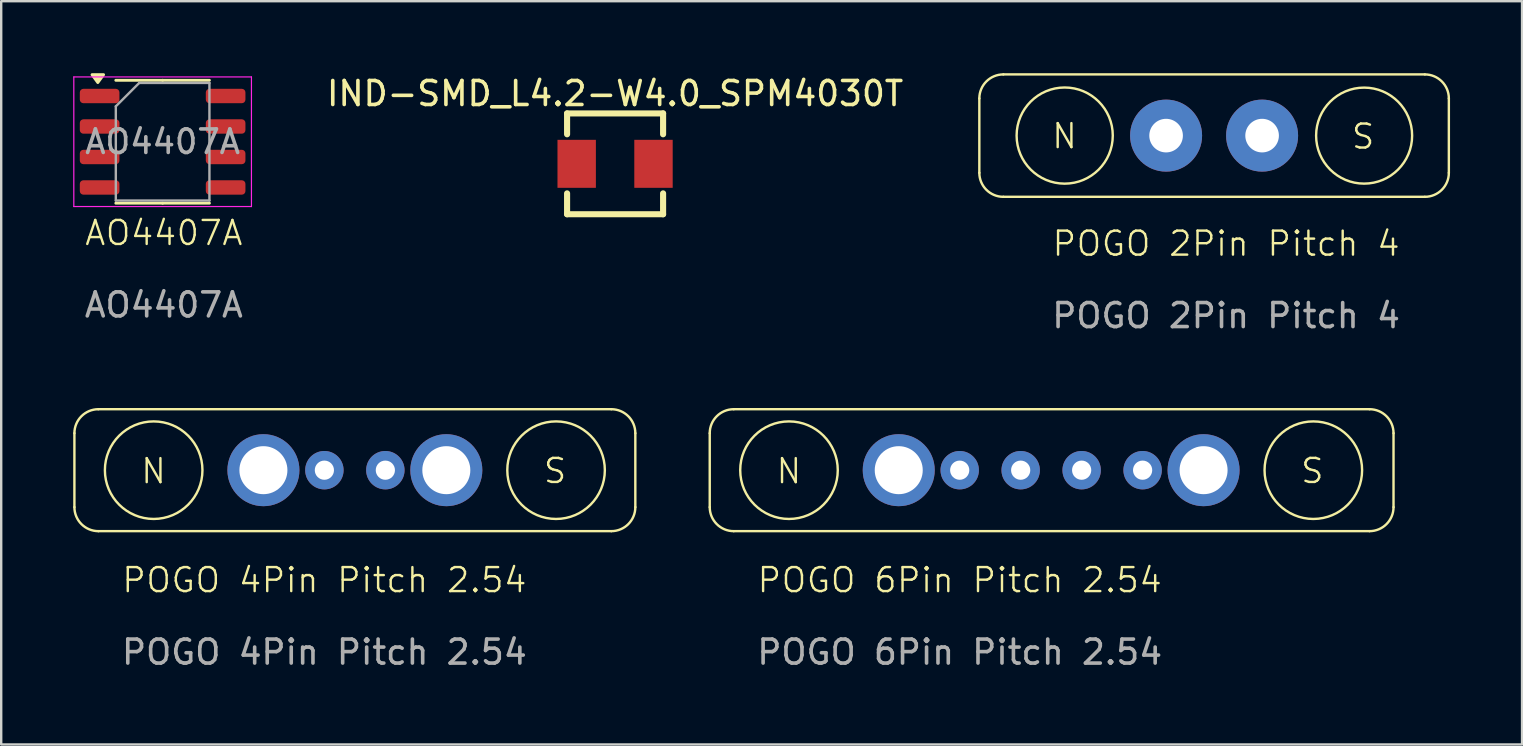
<source format=kicad_pcb>
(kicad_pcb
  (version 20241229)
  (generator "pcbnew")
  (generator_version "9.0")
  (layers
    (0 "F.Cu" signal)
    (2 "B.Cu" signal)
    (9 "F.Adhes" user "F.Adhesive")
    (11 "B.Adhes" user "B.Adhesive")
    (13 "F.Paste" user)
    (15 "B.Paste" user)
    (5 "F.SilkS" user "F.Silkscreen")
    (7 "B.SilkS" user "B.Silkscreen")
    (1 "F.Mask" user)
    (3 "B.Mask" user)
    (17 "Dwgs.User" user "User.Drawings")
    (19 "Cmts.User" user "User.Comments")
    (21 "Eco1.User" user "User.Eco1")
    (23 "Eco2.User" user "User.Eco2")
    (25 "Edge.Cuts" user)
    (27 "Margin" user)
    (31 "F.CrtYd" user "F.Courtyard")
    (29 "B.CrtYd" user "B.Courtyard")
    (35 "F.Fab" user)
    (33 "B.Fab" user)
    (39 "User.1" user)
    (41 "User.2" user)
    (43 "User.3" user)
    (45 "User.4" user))
  (footprint "POGO 2Pin Pitch 4"
    (layer "F.Cu")
    (at 48.03 7.6)
    (property "Reference" "POGO 2Pin Pitch 4" (at 0 -0.5 0) (unlocked yes) (layer "F.SilkS") (effects (font (size 1 1) (thickness 0.1))))
    (fp_line (start -10.28 -3.45) (end -10.28 -6.55) (stroke (width 0.1) (type default)) (layer "F.SilkS"))
    (fp_line (start -9.28 -7.55) (end 8.28 -7.55) (stroke (width 0.1) (type default)) (layer "F.SilkS"))
    (fp_line (start 8.28 -2.45) (end -9.28 -2.45) (stroke (width 0.1) (type default)) (layer "F.SilkS"))
    (fp_line (start 9.28 -6.55) (end 9.28 -3.45) (stroke (width 0.1) (type default)) (layer "F.SilkS"))
    (fp_arc (start -10.28 -6.55) (mid -9.987107 -7.257107) (end -9.28 -7.55) (stroke (width 0.1) (type default)) (layer "F.SilkS"))
    (fp_arc (start -9.28 -2.45) (mid -9.987107 -2.742893) (end -10.28 -3.45) (stroke (width 0.1) (type default)) (layer "F.SilkS"))
    (fp_arc (start 8.28 -7.55) (mid 8.987107 -7.257107) (end 9.28 -6.55) (stroke (width 0.1) (type default)) (layer "F.SilkS"))
    (fp_arc (start 9.28 -3.45) (mid 8.987107 -2.742893) (end 8.28 -2.45) (stroke (width 0.1) (type default)) (layer "F.SilkS"))
    (fp_circle (center -6.724 -5.002) (end -6.732 -7.005) (stroke (width 0.1) (type default)) (fill no) (layer "F.SilkS"))
    (fp_circle (center 5.75 -5) (end 5.75 -7) (stroke (width 0.1) (type default)) (fill no) (layer "F.SilkS"))
    (fp_text user "S" (at 5.166 -4.377 0) (unlocked yes) (layer "F.SilkS") (effects (font (size 1 1) (thickness 0.1)) (justify left bottom)))
    (fp_text user "N" (at -7.32 -4.394 0) (unlocked yes) (layer "F.SilkS") (effects (font (size 1 1) (thickness 0.1)) (justify left bottom)))
    (fp_text user "${REFERENCE}" (at 0 2.5 0) (unlocked yes) (layer "F.Fab") (effects (font (size 1 1) (thickness 0.15))))
    (pad "1" thru_hole circle (at -2.5 -5) (size 3 3) (drill 1.4) (layers "*.Cu" "*.Mask"))
    (pad "2" thru_hole circle (at 1.5 -5) (size 3 3) (drill 1.4) (layers "*.Cu" "*.Mask")))
  (footprint "POGO 4Pin Pitch 2.54"
    (layer "F.Cu")
    (at 10.464 21.618)
    (property "Reference" "POGO 4Pin Pitch 2.54" (at 0 -0.5 0) (unlocked yes) (layer "F.SilkS") (effects (font (size 1 1) (thickness 0.1))))
    (fp_line (start -10.414 -3.54) (end -10.414 -6.62) (stroke (width 0.1) (type default)) (layer "F.SilkS"))
    (fp_line (start -9.414 -7.62) (end 11.954 -7.62) (stroke (width 0.1) (type default)) (layer "F.SilkS"))
    (fp_line (start 11.954 -2.54) (end -9.414 -2.54) (stroke (width 0.1) (type default)) (layer "F.SilkS"))
    (fp_line (start 12.954 -6.62) (end 12.954 -3.54) (stroke (width 0.1) (type default)) (layer "F.SilkS"))
    (fp_arc (start -10.414 -6.62) (mid -10.121107 -7.327107) (end -9.414 -7.62) (stroke (width 0.1) (type default)) (layer "F.SilkS"))
    (fp_arc (start -9.414 -2.54) (mid -10.121107 -2.832893) (end -10.414 -3.54) (stroke (width 0.1) (type default)) (layer "F.SilkS"))
    (fp_arc (start 11.954 -7.62) (mid 12.661107 -7.327107) (end 12.954 -6.62) (stroke (width 0.1) (type default)) (layer "F.SilkS"))
    (fp_arc (start 12.954 -3.54) (mid 12.661107 -2.832893) (end 11.954 -2.54) (stroke (width 0.1) (type default)) (layer "F.SilkS"))
    (fp_circle (center -7.112 -5.08) (end -7.112 -7.112) (stroke (width 0.1) (type default)) (fill no) (layer "F.SilkS"))
    (fp_circle (center 9.652 -5.08) (end 9.652 -7.112) (stroke (width 0.1) (type default)) (fill no) (layer "F.SilkS"))
    (fp_text user "S" (at 9.068 -4.464 0) (unlocked yes) (layer "F.SilkS") (effects (font (size 1 1) (thickness 0.1)) (justify left bottom)))
    (fp_text user "N" (at -7.706 -4.455 0) (unlocked yes) (layer "F.SilkS") (effects (font (size 1 1) (thickness 0.1)) (justify left bottom)))
    (fp_text user "${REFERENCE}" (at 0 2.5 0) (unlocked yes) (layer "F.Fab") (effects (font (size 1 1) (thickness 0.15))))
    (pad "1" thru_hole circle (at -2.54 -5.08) (size 3 3) (drill 2) (layers "*.Cu" "*.Mask"))
    (pad "2" thru_hole circle (at 0 -5.08) (size 1.6 1.6) (drill 0.8) (layers "*.Cu" "*.Mask"))
    (pad "3" thru_hole circle (at 2.54 -5.08) (size 1.6 1.6) (drill 0.8) (layers "*.Cu" "*.Mask"))
    (pad "4" thru_hole circle (at 5.08 -5.08) (size 3 3) (drill 2) (layers "*.Cu" "*.Mask")))
  (footprint "AO4407A"
    (layer "F.Cu")
    (at 3.775 7.155)
    (property "Reference" "AO4407A" (at 0 -0.5 0) (unlocked yes) (layer "F.SilkS") (effects (font (size 1 1) (thickness 0.1))))
    (fp_line (start -0.05 -6.86) (end -2 -6.86) (stroke (width 0.12) (type solid)) (layer "F.SilkS"))
    (fp_line (start -0.05 -6.86) (end 1.9 -6.86) (stroke (width 0.12) (type solid)) (layer "F.SilkS"))
    (fp_line (start -0.05 -1.74) (end -2 -1.74) (stroke (width 0.12) (type solid)) (layer "F.SilkS"))
    (fp_line (start -0.05 -1.74) (end 1.9 -1.74) (stroke (width 0.12) (type solid)) (layer "F.SilkS"))
    (fp_poly (pts (xy -2.75 -6.765) (xy -2.99 -7.095) (xy -2.51 -7.095) (xy -2.75 -6.765)) (stroke (width 0.12) (type solid)) (fill yes) (layer "F.SilkS"))
    (fp_line (start -3.75 -7) (end -3.75 -1.6) (stroke (width 0.05) (type solid)) (layer "F.CrtYd"))
    (fp_line (start -3.75 -1.6) (end 3.65 -1.6) (stroke (width 0.05) (type solid)) (layer "F.CrtYd"))
    (fp_line (start 3.65 -7) (end -3.75 -7) (stroke (width 0.05) (type solid)) (layer "F.CrtYd"))
    (fp_line (start 3.65 -1.6) (end 3.65 -7) (stroke (width 0.05) (type solid)) (layer "F.CrtYd"))
    (fp_line (start -2 -5.775) (end -1.025 -6.75) (stroke (width 0.1) (type solid)) (layer "F.Fab"))
    (fp_line (start -2 -1.85) (end -2 -5.775) (stroke (width 0.1) (type solid)) (layer "F.Fab"))
    (fp_line (start -1.025 -6.75) (end 1.9 -6.75) (stroke (width 0.1) (type solid)) (layer "F.Fab"))
    (fp_line (start 1.9 -6.75) (end 1.9 -1.85) (stroke (width 0.1) (type solid)) (layer "F.Fab"))
    (fp_line (start 1.9 -1.85) (end -2 -1.85) (stroke (width 0.1) (type solid)) (layer "F.Fab"))
    (fp_text user "${REFERENCE}" (at -0.05 -4.3 0) (layer "F.Fab") (effects (font (size 0.98 0.98) (thickness 0.15))))
    (fp_text user "${REFERENCE}" (at 0 2.5 0) (unlocked yes) (layer "F.Fab") (effects (font (size 1 1) (thickness 0.15))))
    (pad "1" smd roundrect (at 2.575 -6.205) (size 1.65 0.6) (layers "F.Cu" "F.Mask" "F.Paste") (roundrect_rratio 0.25))
    (pad "1" smd roundrect (at 2.575 -4.935) (size 1.65 0.6) (layers "F.Cu" "F.Mask" "F.Paste") (roundrect_rratio 0.25))
    (pad "1" smd roundrect (at 2.575 -3.665) (size 1.65 0.6) (layers "F.Cu" "F.Mask" "F.Paste") (roundrect_rratio 0.25))
    (pad "1" smd roundrect (at 2.575 -2.395) (size 1.65 0.6) (layers "F.Cu" "F.Mask" "F.Paste") (roundrect_rratio 0.25))
    (pad "2" smd roundrect (at -2.675 -2.395) (size 1.65 0.6) (layers "F.Cu" "F.Mask" "F.Paste") (roundrect_rratio 0.25))
    (pad "3" smd roundrect (at -2.675 -6.205) (size 1.65 0.6) (layers "F.Cu" "F.Mask" "F.Paste") (roundrect_rratio 0.25))
    (pad "3" smd roundrect (at -2.675 -4.935) (size 1.65 0.6) (layers "F.Cu" "F.Mask" "F.Paste") (roundrect_rratio 0.25))
    (pad "3" smd roundrect (at -2.675 -3.665) (size 1.65 0.6) (layers "F.Cu" "F.Mask" "F.Paste") (roundrect_rratio 0.25)))
  (footprint "IND-SMD_L4.2-W4.0_SPM4030T"
    (layer "F.Cu")
    (at 22.575 3.775)
    (property "Reference" "IND-SMD_L4.2-W4.0_SPM4030T" (at 0 -2.927 0) (layer "F.SilkS") (effects (font (size 1 1) (thickness 0.15))))
    (fp_line (start -2 -2.1) (end -2 -1.231) (stroke (width 0.254) (type default)) (layer "F.SilkS"))
    (fp_line (start -2 -2.1) (end 2 -2.1) (stroke (width 0.254) (type default)) (layer "F.SilkS"))
    (fp_line (start -2 1.231) (end -2 2.1) (stroke (width 0.254) (type default)) (layer "F.SilkS"))
    (fp_line (start -2 2.1) (end 2 2.1) (stroke (width 0.254) (type default)) (layer "F.SilkS"))
    (fp_line (start 2 -2.1) (end 2 -1.231) (stroke (width 0.254) (type default)) (layer "F.SilkS"))
    (fp_line (start 2 1.231) (end 2 2.1) (stroke (width 0.254) (type default)) (layer "F.SilkS"))
    (fp_poly (pts (xy -2.1 -0.75) (xy -1.3 -0.75) (xy -1.3 0.75) (xy -2.1 0.75)) (stroke (width 0.1) (type default)) (fill no) (layer "User.1"))
    (fp_poly (pts (xy 1.3 -0.75) (xy 2.1 -0.75) (xy 2.1 0.75) (xy 1.3 0.75)) (stroke (width 0.1) (type default)) (fill no) (layer "User.1"))
    (fp_line (start -2.1 -2) (end 2.1 -2) (stroke (width 0.051) (type default)) (layer "User.2"))
    (fp_line (start -2.1 2) (end -2.1 -2) (stroke (width 0.051) (type default)) (layer "User.2"))
    (fp_line (start 2.1 -2) (end 2.1 2) (stroke (width 0.051) (type default)) (layer "User.2"))
    (fp_line (start 2.1 2) (end -2.1 2) (stroke (width 0.051) (type default)) (layer "User.2"))
    (fp_poly (pts (xy -2.045 1.977) (xy -2.077 1.945) (xy -2.123 1.945) (xy -2.155 1.977) (xy -2.155 2.023) (xy -2.123 2.055) (xy -2.077 2.055) (xy -2.045 2.023)) (stroke (width 0.1) (type default)) (fill no) (layer "User.3"))
    (pad "1" smd rect (at -1.6 0) (size 1.6 2) (layers "F.Cu" "F.Mask" "F.Paste"))
    (pad "2" smd rect (at 1.6 0) (size 1.6 2) (layers "F.Cu" "F.Mask" "F.Paste")))
  (footprint "POGO 6Pin Pitch 2.54"
    (layer "F.Cu")
    (at 36.932 21.618)
    (property "Reference" "POGO 6Pin Pitch 2.54" (at 0 -0.5 0) (unlocked yes) (layer "F.SilkS") (effects (font (size 1 1) (thickness 0.1))))
    (fp_line (start -10.414 -3.54) (end -10.414 -6.62) (stroke (width 0.1) (type default)) (layer "F.SilkS"))
    (fp_line (start -9.414 -7.62) (end 17.073 -7.62) (stroke (width 0.1) (type default)) (layer "F.SilkS"))
    (fp_line (start 17.073 -2.54) (end -9.414 -2.54) (stroke (width 0.1) (type default)) (layer "F.SilkS"))
    (fp_line (start 18.073 -6.62) (end 18.073 -3.54) (stroke (width 0.1) (type default)) (layer "F.SilkS"))
    (fp_arc (start -10.414 -6.62) (mid -10.121107 -7.327107) (end -9.414 -7.62) (stroke (width 0.1) (type default)) (layer "F.SilkS"))
    (fp_arc (start -9.414 -2.54) (mid -10.121107 -2.832893) (end -10.414 -3.54) (stroke (width 0.1) (type default)) (layer "F.SilkS"))
    (fp_arc (start 17.072893 -7.62) (mid 17.78 -7.327107) (end 18.072893 -6.62) (stroke (width 0.1) (type default)) (layer "F.SilkS"))
    (fp_arc (start 18.072893 -3.54) (mid 17.78 -2.832893) (end 17.072893 -2.54) (stroke (width 0.1) (type default)) (layer "F.SilkS"))
    (fp_circle (center -7.112 -5.08) (end -7.112 -7.112) (stroke (width 0.1) (type default)) (fill no) (layer "F.SilkS"))
    (fp_circle (center 14.732 -5.08) (end 14.732 -7.112) (stroke (width 0.1) (type default)) (fill no) (layer "F.SilkS"))
    (fp_text user "N" (at -7.706 -4.455 0) (unlocked yes) (layer "F.SilkS") (effects (font (size 1 1) (thickness 0.1)) (justify left bottom)))
    (fp_text user "S" (at 14.148 -4.464 0) (unlocked yes) (layer "F.SilkS") (effects (font (size 1 1) (thickness 0.1)) (justify left bottom)))
    (fp_text user "${REFERENCE}" (at 0 2.5 0) (unlocked yes) (layer "F.Fab") (effects (font (size 1 1) (thickness 0.15))))
    (pad "1" thru_hole circle (at -2.54 -5.08) (size 3 3) (drill 2) (layers "*.Cu" "*.Mask"))
    (pad "2" thru_hole circle (at 0 -5.08) (size 1.6 1.6) (drill 0.8) (layers "*.Cu" "*.Mask"))
    (pad "3" thru_hole circle (at 2.54 -5.08) (size 1.6 1.6) (drill 0.8) (layers "*.Cu" "*.Mask"))
    (pad "4" thru_hole circle (at 5.08 -5.08) (size 1.6 1.6) (drill 0.8) (layers "*.Cu" "*.Mask"))
    (pad "5" thru_hole circle (at 7.62 -5.08) (size 1.6 1.6) (drill 0.8) (layers "*.Cu" "*.Mask"))
    (pad "6" thru_hole circle (at 10.16 -5.08) (size 3 3) (drill 2) (layers "*.Cu" "*.Mask")))
  (gr_rect
    (start -3 -3)
    (end 60.36 27.966)
    (stroke (width 0.1) (type default))
    (fill no)
    (layer "Edge.Cuts")))
</source>
